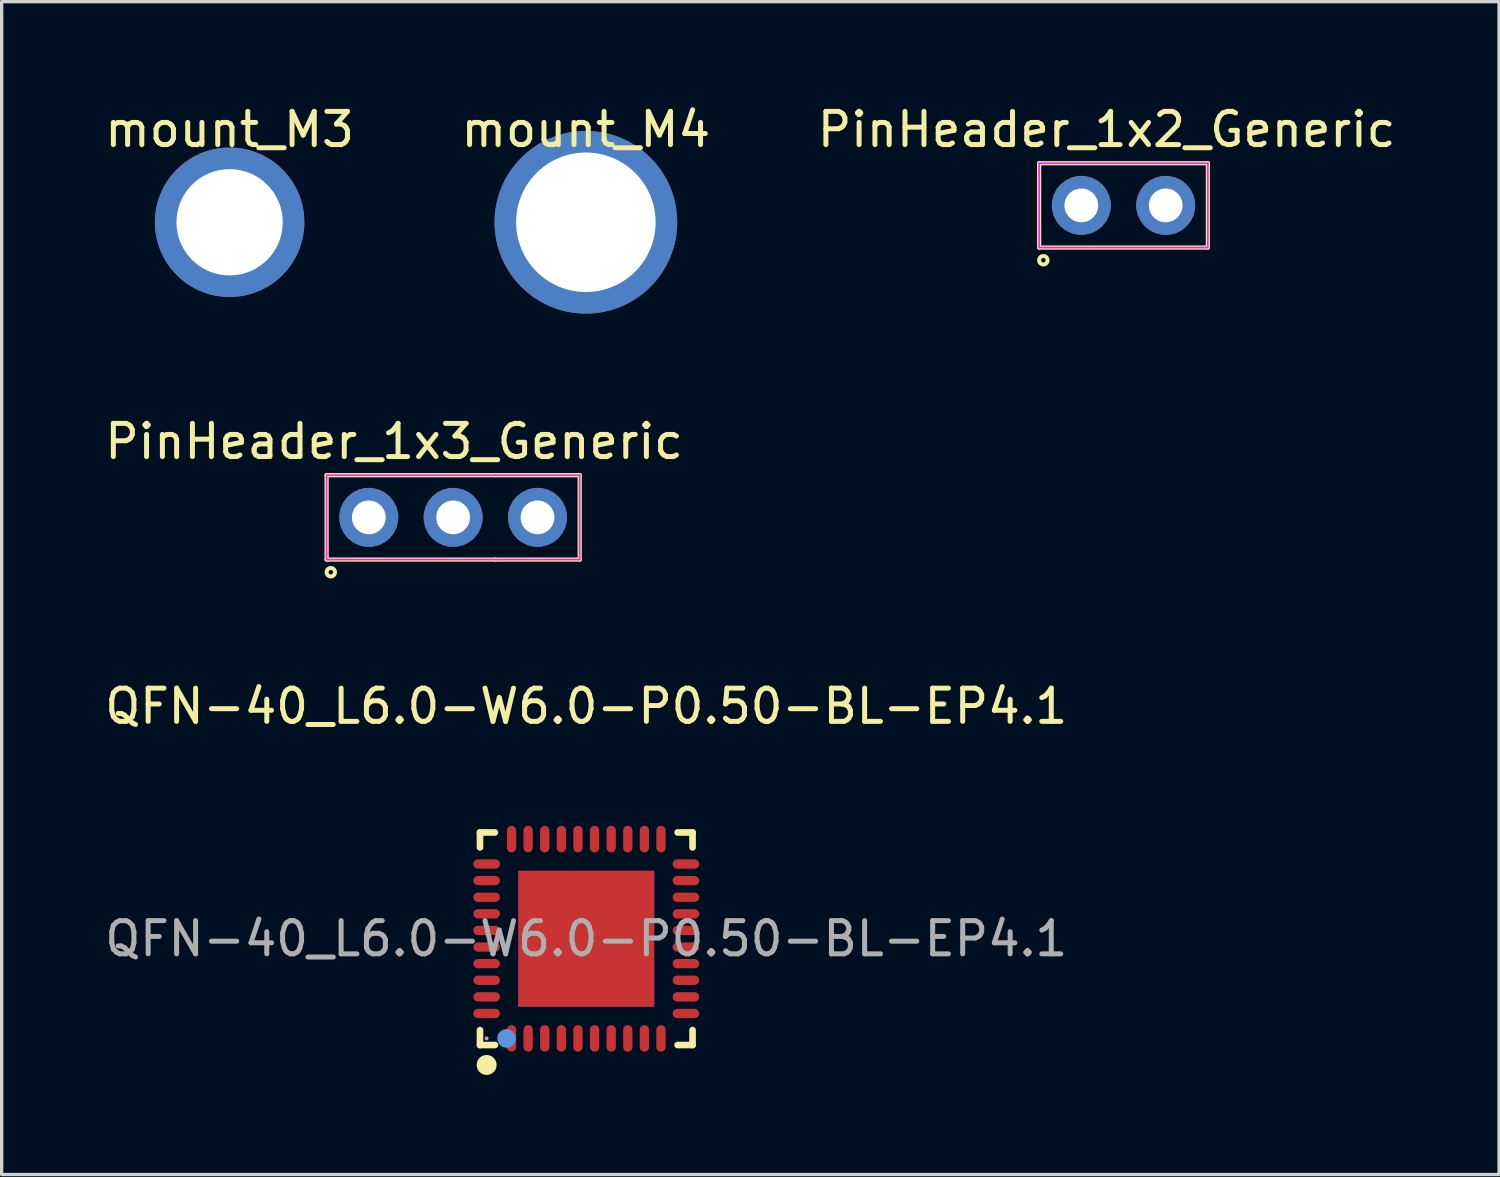
<source format=kicad_pcb>
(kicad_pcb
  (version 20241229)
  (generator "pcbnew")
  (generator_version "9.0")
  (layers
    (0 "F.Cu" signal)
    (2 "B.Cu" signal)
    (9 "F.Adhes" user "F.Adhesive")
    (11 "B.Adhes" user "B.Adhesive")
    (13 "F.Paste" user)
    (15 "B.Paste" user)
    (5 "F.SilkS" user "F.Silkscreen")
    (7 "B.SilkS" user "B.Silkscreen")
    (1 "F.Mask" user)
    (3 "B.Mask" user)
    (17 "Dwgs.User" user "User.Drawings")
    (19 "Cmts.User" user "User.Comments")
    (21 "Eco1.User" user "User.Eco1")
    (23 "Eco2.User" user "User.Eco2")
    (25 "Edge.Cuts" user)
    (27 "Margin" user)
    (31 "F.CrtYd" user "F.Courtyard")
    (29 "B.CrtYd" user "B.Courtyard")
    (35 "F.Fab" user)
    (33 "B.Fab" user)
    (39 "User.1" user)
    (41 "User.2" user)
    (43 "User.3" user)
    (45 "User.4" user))
  (footprint "QFN-40_L6.0-W6.0-P0.50-BL-EP4.1"
    (layer "F.Cu")
    (at 14.601 25.213)
    (property "Reference" "QFN-40_L6.0-W6.0-P0.50-BL-EP4.1" (at 0 -7 0) (layer "F.SilkS") (effects (font (size 1 1) (thickness 0.15))))
    (attr smd)
    (fp_line (start -3.2 -3.2) (end -3.2 -2.75) (stroke (width 0.2) (type solid)) (layer "F.SilkS"))
    (fp_line (start -3.2 3.2) (end -3.2 2.75) (stroke (width 0.2) (type solid)) (layer "F.SilkS"))
    (fp_line (start -2.75 -3.2) (end -3.2 -3.2) (stroke (width 0.2) (type solid)) (layer "F.SilkS"))
    (fp_line (start -2.75 3.2) (end -3.2 3.2) (stroke (width 0.2) (type solid)) (layer "F.SilkS"))
    (fp_line (start 3.2 -3.2) (end 2.75 -3.2) (stroke (width 0.2) (type solid)) (layer "F.SilkS"))
    (fp_line (start 3.2 -2.75) (end 3.2 -3.2) (stroke (width 0.2) (type solid)) (layer "F.SilkS"))
    (fp_line (start 3.2 2.75) (end 3.2 3.2) (stroke (width 0.2) (type solid)) (layer "F.SilkS"))
    (fp_line (start 3.2 3.2) (end 2.75 3.2) (stroke (width 0.2) (type solid)) (layer "F.SilkS"))
    (fp_arc (start -2.99 3.65) (mid -3.004995 3.95025) (end -3.000016 3.649667) (stroke (width 0.3) (type solid)) (layer "F.SilkS"))
    (fp_circle (center -2.4 3) (end -2.26 3) (stroke (width 0.28) (type solid)) (fill no) (layer "Cmts.User"))
    (fp_circle (center -3 3) (end -2.97 3) (stroke (width 0.06) (type solid)) (fill no) (layer "F.Fab"))
    (fp_text user "${REFERENCE}" (at 0 0 0) (layer "F.Fab") (effects (font (size 1 1) (thickness 0.15))))
    (pad "1" smd oval (at -2.25 3) (size 0.28 0.8) (layers "F.Cu" "F.Mask" "F.Paste"))
    (pad "2" smd oval (at -1.75 3) (size 0.28 0.8) (layers "F.Cu" "F.Mask" "F.Paste"))
    (pad "3" smd oval (at -1.25 3) (size 0.28 0.8) (layers "F.Cu" "F.Mask" "F.Paste"))
    (pad "4" smd oval (at -0.75 3) (size 0.28 0.8) (layers "F.Cu" "F.Mask" "F.Paste"))
    (pad "5" smd oval (at -0.25 3) (size 0.28 0.8) (layers "F.Cu" "F.Mask" "F.Paste"))
    (pad "6" smd oval (at 0.25 3) (size 0.28 0.8) (layers "F.Cu" "F.Mask" "F.Paste"))
    (pad "7" smd oval (at 0.75 3) (size 0.28 0.8) (layers "F.Cu" "F.Mask" "F.Paste"))
    (pad "8" smd oval (at 1.25 3) (size 0.28 0.8) (layers "F.Cu" "F.Mask" "F.Paste"))
    (pad "9" smd oval (at 1.75 3) (size 0.28 0.8) (layers "F.Cu" "F.Mask" "F.Paste"))
    (pad "10" smd oval (at 2.25 3) (size 0.28 0.8) (layers "F.Cu" "F.Mask" "F.Paste"))
    (pad "11" smd oval (at 3 2.25) (size 0.8 0.28) (layers "F.Cu" "F.Mask" "F.Paste"))
    (pad "12" smd oval (at 3 1.75) (size 0.8 0.28) (layers "F.Cu" "F.Mask" "F.Paste"))
    (pad "13" smd oval (at 3 1.25) (size 0.8 0.28) (layers "F.Cu" "F.Mask" "F.Paste"))
    (pad "14" smd oval (at 3 0.75) (size 0.8 0.28) (layers "F.Cu" "F.Mask" "F.Paste"))
    (pad "15" smd oval (at 3 0.25) (size 0.8 0.28) (layers "F.Cu" "F.Mask" "F.Paste"))
    (pad "16" smd oval (at 3 -0.25) (size 0.8 0.28) (layers "F.Cu" "F.Mask" "F.Paste"))
    (pad "17" smd oval (at 3 -0.75) (size 0.8 0.28) (layers "F.Cu" "F.Mask" "F.Paste"))
    (pad "18" smd oval (at 3 -1.25) (size 0.8 0.28) (layers "F.Cu" "F.Mask" "F.Paste"))
    (pad "19" smd oval (at 3 -1.75) (size 0.8 0.28) (layers "F.Cu" "F.Mask" "F.Paste"))
    (pad "20" smd oval (at 3 -2.25) (size 0.8 0.28) (layers "F.Cu" "F.Mask" "F.Paste"))
    (pad "21" smd oval (at 2.25 -3) (size 0.28 0.8) (layers "F.Cu" "F.Mask" "F.Paste"))
    (pad "22" smd oval (at 1.75 -3) (size 0.28 0.8) (layers "F.Cu" "F.Mask" "F.Paste"))
    (pad "23" smd oval (at 1.25 -3) (size 0.28 0.8) (layers "F.Cu" "F.Mask" "F.Paste"))
    (pad "24" smd oval (at 0.75 -3) (size 0.28 0.8) (layers "F.Cu" "F.Mask" "F.Paste"))
    (pad "25" smd oval (at 0.25 -3) (size 0.28 0.8) (layers "F.Cu" "F.Mask" "F.Paste"))
    (pad "26" smd oval (at -0.25 -3) (size 0.28 0.8) (layers "F.Cu" "F.Mask" "F.Paste"))
    (pad "27" smd oval (at -0.75 -3) (size 0.28 0.8) (layers "F.Cu" "F.Mask" "F.Paste"))
    (pad "28" smd oval (at -1.25 -3) (size 0.28 0.8) (layers "F.Cu" "F.Mask" "F.Paste"))
    (pad "29" smd oval (at -1.75 -3) (size 0.28 0.8) (layers "F.Cu" "F.Mask" "F.Paste"))
    (pad "30" smd oval (at -2.25 -3) (size 0.28 0.8) (layers "F.Cu" "F.Mask" "F.Paste"))
    (pad "31" smd oval (at -3 -2.25) (size 0.8 0.28) (layers "F.Cu" "F.Mask" "F.Paste"))
    (pad "32" smd oval (at -3 -1.75) (size 0.8 0.28) (layers "F.Cu" "F.Mask" "F.Paste"))
    (pad "33" smd oval (at -3 -1.25) (size 0.8 0.28) (layers "F.Cu" "F.Mask" "F.Paste"))
    (pad "34" smd oval (at -3 -0.75) (size 0.8 0.28) (layers "F.Cu" "F.Mask" "F.Paste"))
    (pad "35" smd oval (at -3 -0.25) (size 0.8 0.28) (layers "F.Cu" "F.Mask" "F.Paste"))
    (pad "36" smd oval (at -3 0.25) (size 0.8 0.28) (layers "F.Cu" "F.Mask" "F.Paste"))
    (pad "37" smd oval (at -3 0.75) (size 0.8 0.28) (layers "F.Cu" "F.Mask" "F.Paste"))
    (pad "38" smd oval (at -3 1.25) (size 0.8 0.28) (layers "F.Cu" "F.Mask" "F.Paste"))
    (pad "39" smd oval (at -3 1.75) (size 0.8 0.28) (layers "F.Cu" "F.Mask" "F.Paste"))
    (pad "40" smd oval (at -3 2.25) (size 0.8 0.28) (layers "F.Cu" "F.Mask" "F.Paste"))
    (pad "41" smd rect (at 0 0) (size 4.1 4.1) (layers "F.Cu" "F.Mask" "F.Paste")))
  (footprint "PinHeader_1x3_Generic"
    (layer "F.Cu")
    (at 9.323 12.527)
    (property "Reference" "PinHeader_1x3_Generic" (at -0.508 -2.286 0) (layer "F.SilkS") (effects (font (size 1 1) (thickness 0.15))))
    (attr through_hole)
    (fp_line (start -2.54 -1.27) (end -2.54 1.27) (stroke (width 0.127) (type solid)) (layer "F.SilkS"))
    (fp_line (start -2.54 -1.27) (end 2.54 -1.27) (stroke (width 0.127) (type solid)) (layer "F.SilkS"))
    (fp_line (start -2.54 1.27) (end 2.54 1.27) (stroke (width 0.127) (type solid)) (layer "F.SilkS"))
    (fp_line (start 2.54 -1.27) (end 5.08 -1.27) (stroke (width 0.127) (type solid)) (layer "F.SilkS"))
    (fp_line (start 2.54 1.27) (end 5.08 1.27) (stroke (width 0.127) (type solid)) (layer "F.SilkS"))
    (fp_line (start 5.08 -1.27) (end 5.08 1.27) (stroke (width 0.127) (type solid)) (layer "F.SilkS"))
    (fp_circle (center -2.413 1.651) (end -2.286 1.651) (stroke (width 0.12) (type solid)) (fill no) (layer "F.SilkS"))
    (fp_line (start -2.54 -1.27) (end 2.54 -1.27) (stroke (width 0.05) (type solid)) (layer "F.CrtYd"))
    (fp_line (start -2.54 1.27) (end -2.54 -1.27) (stroke (width 0.05) (type solid)) (layer "F.CrtYd"))
    (fp_line (start 2.54 -1.27) (end 5.08 -1.27) (stroke (width 0.05) (type solid)) (layer "F.CrtYd"))
    (fp_line (start 2.54 1.27) (end -2.54 1.27) (stroke (width 0.05) (type solid)) (layer "F.CrtYd"))
    (fp_line (start 2.54 1.27) (end 5.08 1.27) (stroke (width 0.05) (type solid)) (layer "F.CrtYd"))
    (fp_line (start 5.08 -1.27) (end 5.08 1.27) (stroke (width 0.05) (type solid)) (layer "F.CrtYd"))
    (pad "1" thru_hole roundrect (at -1.27 0) (size 1.778 1.778) (drill 1.016) (layers "*.Cu" "*.Mask") (roundrect_rratio 0.5))
    (pad "2" thru_hole roundrect (at 1.27 0) (size 1.778 1.778) (drill 1.016) (layers "*.Cu" "*.Mask") (roundrect_rratio 0.5))
    (pad "3" thru_hole roundrect (at 3.81 0) (size 1.778 1.778) (drill 1.016) (layers "*.Cu" "*.Mask") (roundrect_rratio 0.5)))
  (footprint "PinHeader_1x2_Generic"
    (layer "F.Cu")
    (at 30.776 3.134)
    (property "Reference" "PinHeader_1x2_Generic" (at -0.508 -2.286 0) (layer "F.SilkS") (effects (font (size 1 1) (thickness 0.15))))
    (attr through_hole)
    (fp_line (start -2.54 -1.27) (end -2.54 1.27) (stroke (width 0.127) (type solid)) (layer "F.SilkS"))
    (fp_line (start -2.54 -1.27) (end 2.54 -1.27) (stroke (width 0.127) (type solid)) (layer "F.SilkS"))
    (fp_line (start -2.54 1.27) (end 2.54 1.27) (stroke (width 0.127) (type solid)) (layer "F.SilkS"))
    (fp_line (start 2.54 -1.27) (end 2.54 1.27) (stroke (width 0.127) (type solid)) (layer "F.SilkS"))
    (fp_circle (center -2.413 1.651) (end -2.413 1.778) (stroke (width 0.12) (type solid)) (fill no) (layer "F.SilkS"))
    (fp_line (start -2.54 -1.27) (end 2.54 -1.27) (stroke (width 0.05) (type solid)) (layer "F.CrtYd"))
    (fp_line (start -2.54 1.27) (end -2.54 -1.27) (stroke (width 0.05) (type solid)) (layer "F.CrtYd"))
    (fp_line (start 2.54 -1.27) (end 2.54 1.27) (stroke (width 0.05) (type solid)) (layer "F.CrtYd"))
    (fp_line (start 2.54 1.27) (end -2.54 1.27) (stroke (width 0.05) (type solid)) (layer "F.CrtYd"))
    (pad "1" thru_hole roundrect (at -1.27 0) (size 1.778 1.778) (drill 1.016) (layers "*.Cu" "*.Mask") (roundrect_rratio 0.5))
    (pad "2" thru_hole roundrect (at 1.27 0) (size 1.778 1.778) (drill 1.016) (layers "*.Cu" "*.Mask") (roundrect_rratio 0.5)))
  (footprint "mount_M4"
    (layer "F.Cu")
    (at 14.589 3.642)
    (property "Reference" "mount_M4" (at 0 -2.794 0) (layer "F.SilkS") (effects (font (size 1 1) (thickness 0.15))))
    (attr through_hole)
    (pad "1" thru_hole circle (at 0 0) (size 5.5 5.5) (drill 4.2) (layers "*.Cu" "*.Mask")))
  (footprint "mount_M3"
    (layer "F.Cu")
    (at 3.863 3.642)
    (property "Reference" "mount_M3" (at 0 -2.794 0) (layer "F.SilkS") (effects (font (size 1 1) (thickness 0.15))))
    (attr through_hole)
    (pad "1" thru_hole circle (at 0 0) (size 4.5 4.5) (drill 3.2) (layers "*.Cu" "*.Mask")))
  (gr_rect
    (start -3 -3)
    (end 42.083 32.313)
    (stroke (width 0.1) (type default))
    (fill no)
    (layer "Edge.Cuts")))
</source>
